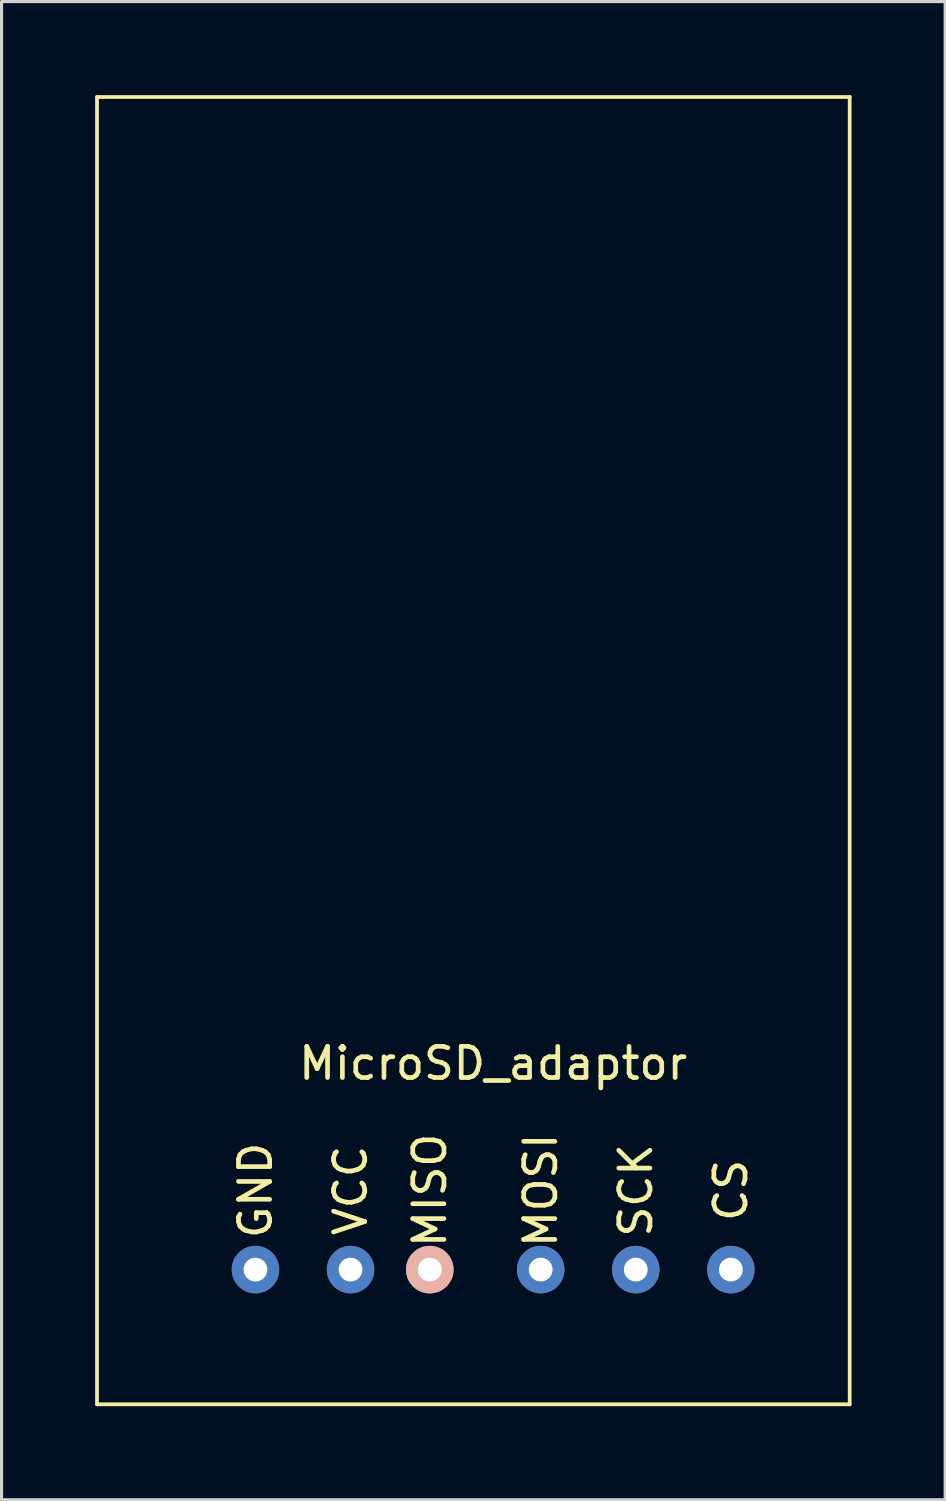
<source format=kicad_pcb>
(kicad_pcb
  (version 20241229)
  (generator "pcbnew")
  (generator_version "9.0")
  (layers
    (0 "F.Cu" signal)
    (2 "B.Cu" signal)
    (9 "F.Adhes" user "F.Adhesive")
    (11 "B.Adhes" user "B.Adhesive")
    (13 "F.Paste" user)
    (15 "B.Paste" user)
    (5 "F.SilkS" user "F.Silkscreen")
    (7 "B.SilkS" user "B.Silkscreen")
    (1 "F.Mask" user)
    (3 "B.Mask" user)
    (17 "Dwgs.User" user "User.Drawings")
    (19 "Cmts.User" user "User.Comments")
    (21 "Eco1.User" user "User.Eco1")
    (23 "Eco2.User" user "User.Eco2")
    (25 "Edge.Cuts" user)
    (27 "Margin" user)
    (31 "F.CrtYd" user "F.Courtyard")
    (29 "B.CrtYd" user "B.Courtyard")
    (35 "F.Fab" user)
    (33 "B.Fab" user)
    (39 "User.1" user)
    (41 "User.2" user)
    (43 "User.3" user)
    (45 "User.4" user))
  (footprint "MicroSD_adaptor"
    (layer "F.Cu")
    (at 12.76 30.54)
    (property "Reference" "MicroSD_adaptor" (at 0 0.5 0) (layer "F.SilkS") (effects (font (size 1 1) (thickness 0.15))))
    (attr through_hole)
    (fp_line (start -12.7 -30.48) (end -12.7 11.43) (stroke (width 0.12) (type solid)) (layer "F.SilkS"))
    (fp_line (start 11.43 -30.48) (end -12.7 -30.48) (stroke (width 0.12) (type solid)) (layer "F.SilkS"))
    (fp_line (start 11.43 11.43) (end -12.7 11.43) (stroke (width 0.12) (type solid)) (layer "F.SilkS"))
    (fp_line (start 11.43 11.43) (end 11.43 -30.48) (stroke (width 0.12) (type solid)) (layer "F.SilkS"))
    (fp_text user "VCC" (at -4.572 4.572 90) (layer "F.SilkS") (effects (font (size 1 1) (thickness 0.15))))
    (fp_text user "MOSI" (at 1.524 4.572 90) (layer "F.SilkS") (effects (font (size 1 1) (thickness 0.15))))
    (fp_text user "CS" (at 7.62 4.572 90) (layer "F.SilkS") (effects (font (size 1 1) (thickness 0.15))))
    (fp_text user "SCK" (at 4.572 4.572 90) (layer "F.SilkS") (effects (font (size 1 1) (thickness 0.15))))
    (fp_text user "GND" (at -7.62 4.572 90) (layer "F.SilkS") (effects (font (size 1 1) (thickness 0.15))))
    (fp_text user "MISO" (at -2.032 4.572 90) (layer "F.SilkS") (effects (font (size 1 1) (thickness 0.15))))
    (pad "1" thru_hole circle (at -7.62 7.112) (size 1.524 1.524) (drill 0.762) (layers "*.Cu" "*.Mask"))
    (pad "2" thru_hole circle (at -4.572 7.112) (size 1.524 1.524) (drill 0.762) (layers "*.Cu" "*.Mask"))
    (pad "3" thru_hole circle (at -2.032 7.112) (size 1.524 1.524) (drill 0.762) (layers "*.Cu" "*.Mask" "B.SilkS"))
    (pad "4" thru_hole circle (at 1.524 7.112) (size 1.524 1.524) (drill 0.762) (layers "*.Cu" "*.Mask"))
    (pad "5" thru_hole circle (at 4.572 7.112) (size 1.524 1.524) (drill 0.762) (layers "*.Cu" "*.Mask"))
    (pad "6" thru_hole circle (at 7.62 7.112) (size 1.524 1.524) (drill 0.762) (layers "*.Cu" "*.Mask")))
  (gr_rect
    (start -3 -3)
    (end 27.25 45.03)
    (stroke (width 0.1) (type default))
    (fill no)
    (layer "Edge.Cuts")))
</source>
